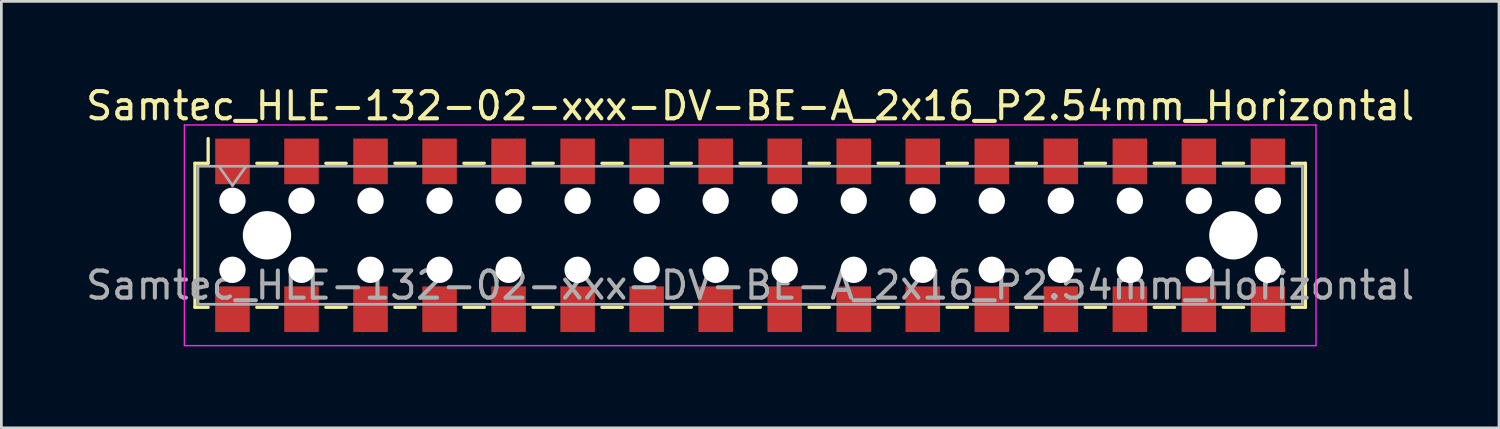
<source format=kicad_pcb>
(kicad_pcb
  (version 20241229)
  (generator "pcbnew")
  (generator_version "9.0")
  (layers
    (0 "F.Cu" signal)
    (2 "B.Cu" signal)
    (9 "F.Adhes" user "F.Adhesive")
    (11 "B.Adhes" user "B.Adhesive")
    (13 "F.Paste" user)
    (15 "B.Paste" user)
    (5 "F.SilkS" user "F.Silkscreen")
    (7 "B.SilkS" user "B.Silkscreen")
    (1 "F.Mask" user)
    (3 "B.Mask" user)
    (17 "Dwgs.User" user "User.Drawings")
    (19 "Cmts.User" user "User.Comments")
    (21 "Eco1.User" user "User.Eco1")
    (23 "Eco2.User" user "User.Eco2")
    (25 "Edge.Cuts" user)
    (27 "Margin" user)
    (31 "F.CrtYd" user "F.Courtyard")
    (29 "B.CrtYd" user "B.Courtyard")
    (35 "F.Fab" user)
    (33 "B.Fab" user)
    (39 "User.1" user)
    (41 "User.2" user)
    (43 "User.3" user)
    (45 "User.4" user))
  (footprint "Samtec_HLE-132-02-xxx-DV-BE-A_2x16_P2.54mm_Horizontal"
    (layer "F.Cu")
    (at 24.554 5.608)
    (property "Reference" "Samtec_HLE-132-02-xxx-DV-BE-A_2x16_P2.54mm_Horizontal" (at 0 -4.76 0) (layer "F.SilkS") (effects (font (size 1 1) (thickness 0.15))))
    (attr smd)
    (fp_line (start -20.43 -2.65) (end -20.43 2.65) (stroke (width 0.12) (type solid)) (layer "F.SilkS"))
    (fp_line (start -20.43 2.65) (end -19.945 2.65) (stroke (width 0.12) (type solid)) (layer "F.SilkS"))
    (fp_line (start -19.945 -3.56) (end -19.945 -2.65) (stroke (width 0.12) (type solid)) (layer "F.SilkS"))
    (fp_line (start -19.945 -2.65) (end -20.43 -2.65) (stroke (width 0.12) (type solid)) (layer "F.SilkS"))
    (fp_line (start -18.155 -2.65) (end -17.405 -2.65) (stroke (width 0.12) (type solid)) (layer "F.SilkS"))
    (fp_line (start -18.155 2.65) (end -17.405 2.65) (stroke (width 0.12) (type solid)) (layer "F.SilkS"))
    (fp_line (start -15.615 -2.65) (end -14.865 -2.65) (stroke (width 0.12) (type solid)) (layer "F.SilkS"))
    (fp_line (start -15.615 2.65) (end -14.865 2.65) (stroke (width 0.12) (type solid)) (layer "F.SilkS"))
    (fp_line (start -13.075 -2.65) (end -12.325 -2.65) (stroke (width 0.12) (type solid)) (layer "F.SilkS"))
    (fp_line (start -13.075 2.65) (end -12.325 2.65) (stroke (width 0.12) (type solid)) (layer "F.SilkS"))
    (fp_line (start -10.535 -2.65) (end -9.785 -2.65) (stroke (width 0.12) (type solid)) (layer "F.SilkS"))
    (fp_line (start -10.535 2.65) (end -9.785 2.65) (stroke (width 0.12) (type solid)) (layer "F.SilkS"))
    (fp_line (start -7.995 -2.65) (end -7.245 -2.65) (stroke (width 0.12) (type solid)) (layer "F.SilkS"))
    (fp_line (start -7.995 2.65) (end -7.245 2.65) (stroke (width 0.12) (type solid)) (layer "F.SilkS"))
    (fp_line (start -5.455 -2.65) (end -4.705 -2.65) (stroke (width 0.12) (type solid)) (layer "F.SilkS"))
    (fp_line (start -5.455 2.65) (end -4.705 2.65) (stroke (width 0.12) (type solid)) (layer "F.SilkS"))
    (fp_line (start -2.915 -2.65) (end -2.165 -2.65) (stroke (width 0.12) (type solid)) (layer "F.SilkS"))
    (fp_line (start -2.915 2.65) (end -2.165 2.65) (stroke (width 0.12) (type solid)) (layer "F.SilkS"))
    (fp_line (start -0.375 -2.65) (end 0.375 -2.65) (stroke (width 0.12) (type solid)) (layer "F.SilkS"))
    (fp_line (start -0.375 2.65) (end 0.375 2.65) (stroke (width 0.12) (type solid)) (layer "F.SilkS"))
    (fp_line (start 2.165 -2.65) (end 2.915 -2.65) (stroke (width 0.12) (type solid)) (layer "F.SilkS"))
    (fp_line (start 2.165 2.65) (end 2.915 2.65) (stroke (width 0.12) (type solid)) (layer "F.SilkS"))
    (fp_line (start 4.705 -2.65) (end 5.455 -2.65) (stroke (width 0.12) (type solid)) (layer "F.SilkS"))
    (fp_line (start 4.705 2.65) (end 5.455 2.65) (stroke (width 0.12) (type solid)) (layer "F.SilkS"))
    (fp_line (start 7.245 -2.65) (end 7.995 -2.65) (stroke (width 0.12) (type solid)) (layer "F.SilkS"))
    (fp_line (start 7.245 2.65) (end 7.995 2.65) (stroke (width 0.12) (type solid)) (layer "F.SilkS"))
    (fp_line (start 9.785 -2.65) (end 10.535 -2.65) (stroke (width 0.12) (type solid)) (layer "F.SilkS"))
    (fp_line (start 9.785 2.65) (end 10.535 2.65) (stroke (width 0.12) (type solid)) (layer "F.SilkS"))
    (fp_line (start 12.325 -2.65) (end 13.075 -2.65) (stroke (width 0.12) (type solid)) (layer "F.SilkS"))
    (fp_line (start 12.325 2.65) (end 13.075 2.65) (stroke (width 0.12) (type solid)) (layer "F.SilkS"))
    (fp_line (start 14.865 -2.65) (end 15.615 -2.65) (stroke (width 0.12) (type solid)) (layer "F.SilkS"))
    (fp_line (start 14.865 2.65) (end 15.615 2.65) (stroke (width 0.12) (type solid)) (layer "F.SilkS"))
    (fp_line (start 17.405 -2.65) (end 18.155 -2.65) (stroke (width 0.12) (type solid)) (layer "F.SilkS"))
    (fp_line (start 17.405 2.65) (end 18.155 2.65) (stroke (width 0.12) (type solid)) (layer "F.SilkS"))
    (fp_line (start 19.945 -2.65) (end 20.43 -2.65) (stroke (width 0.12) (type solid)) (layer "F.SilkS"))
    (fp_line (start 20.43 -2.65) (end 20.43 2.65) (stroke (width 0.12) (type solid)) (layer "F.SilkS"))
    (fp_line (start 20.43 2.65) (end 19.945 2.65) (stroke (width 0.12) (type solid)) (layer "F.SilkS"))
    (fp_line (start -20.82 -4.06) (end 20.82 -4.06) (stroke (width 0.05) (type solid)) (layer "F.CrtYd"))
    (fp_line (start -20.82 4.06) (end -20.82 -4.06) (stroke (width 0.05) (type solid)) (layer "F.CrtYd"))
    (fp_line (start 20.82 -4.06) (end 20.82 4.06) (stroke (width 0.05) (type solid)) (layer "F.CrtYd"))
    (fp_line (start 20.82 4.06) (end -20.82 4.06) (stroke (width 0.05) (type solid)) (layer "F.CrtYd"))
    (fp_line (start -20.32 -2.54) (end 20.32 -2.54) (stroke (width 0.1) (type solid)) (layer "F.Fab"))
    (fp_line (start -20.32 2.54) (end -20.32 -2.54) (stroke (width 0.1) (type solid)) (layer "F.Fab"))
    (fp_line (start -19.55 -2.54) (end -19.05 -1.833) (stroke (width 0.1) (type solid)) (layer "F.Fab"))
    (fp_line (start -19.05 -1.833) (end -18.55 -2.54) (stroke (width 0.1) (type solid)) (layer "F.Fab"))
    (fp_line (start 20.32 -2.54) (end 20.32 2.54) (stroke (width 0.1) (type solid)) (layer "F.Fab"))
    (fp_line (start 20.32 2.54) (end -20.32 2.54) (stroke (width 0.1) (type solid)) (layer "F.Fab"))
    (fp_text user "${REFERENCE}" (at 0 1.84 0) (layer "F.Fab") (effects (font (size 1 1) (thickness 0.15))))
    (pad "" np_thru_hole circle (at -19.05 -1.27) (size 0.97 0.97) (drill 0.97) (layers "*.Cu" "*.Mask"))
    (pad "" np_thru_hole circle (at -19.05 1.27) (size 0.97 0.97) (drill 0.97) (layers "*.Cu" "*.Mask"))
    (pad "" np_thru_hole circle (at -17.78 0) (size 1.78 1.78) (drill 1.78) (layers "*.Cu" "*.Mask"))
    (pad "" np_thru_hole circle (at -16.51 -1.27) (size 0.97 0.97) (drill 0.97) (layers "*.Cu" "*.Mask"))
    (pad "" np_thru_hole circle (at -16.51 1.27) (size 0.97 0.97) (drill 0.97) (layers "*.Cu" "*.Mask"))
    (pad "" np_thru_hole circle (at -13.97 -1.27) (size 0.97 0.97) (drill 0.97) (layers "*.Cu" "*.Mask"))
    (pad "" np_thru_hole circle (at -13.97 1.27) (size 0.97 0.97) (drill 0.97) (layers "*.Cu" "*.Mask"))
    (pad "" np_thru_hole circle (at -11.43 -1.27) (size 0.97 0.97) (drill 0.97) (layers "*.Cu" "*.Mask"))
    (pad "" np_thru_hole circle (at -11.43 1.27) (size 0.97 0.97) (drill 0.97) (layers "*.Cu" "*.Mask"))
    (pad "" np_thru_hole circle (at -8.89 -1.27) (size 0.97 0.97) (drill 0.97) (layers "*.Cu" "*.Mask"))
    (pad "" np_thru_hole circle (at -8.89 1.27) (size 0.97 0.97) (drill 0.97) (layers "*.Cu" "*.Mask"))
    (pad "" np_thru_hole circle (at -6.35 -1.27) (size 0.97 0.97) (drill 0.97) (layers "*.Cu" "*.Mask"))
    (pad "" np_thru_hole circle (at -6.35 1.27) (size 0.97 0.97) (drill 0.97) (layers "*.Cu" "*.Mask"))
    (pad "" np_thru_hole circle (at -3.81 -1.27) (size 0.97 0.97) (drill 0.97) (layers "*.Cu" "*.Mask"))
    (pad "" np_thru_hole circle (at -3.81 1.27) (size 0.97 0.97) (drill 0.97) (layers "*.Cu" "*.Mask"))
    (pad "" np_thru_hole circle (at -1.27 -1.27) (size 0.97 0.97) (drill 0.97) (layers "*.Cu" "*.Mask"))
    (pad "" np_thru_hole circle (at -1.27 1.27) (size 0.97 0.97) (drill 0.97) (layers "*.Cu" "*.Mask"))
    (pad "" np_thru_hole circle (at 1.27 -1.27) (size 0.97 0.97) (drill 0.97) (layers "*.Cu" "*.Mask"))
    (pad "" np_thru_hole circle (at 1.27 1.27) (size 0.97 0.97) (drill 0.97) (layers "*.Cu" "*.Mask"))
    (pad "" np_thru_hole circle (at 3.81 -1.27) (size 0.97 0.97) (drill 0.97) (layers "*.Cu" "*.Mask"))
    (pad "" np_thru_hole circle (at 3.81 1.27) (size 0.97 0.97) (drill 0.97) (layers "*.Cu" "*.Mask"))
    (pad "" np_thru_hole circle (at 6.35 -1.27) (size 0.97 0.97) (drill 0.97) (layers "*.Cu" "*.Mask"))
    (pad "" np_thru_hole circle (at 6.35 1.27) (size 0.97 0.97) (drill 0.97) (layers "*.Cu" "*.Mask"))
    (pad "" np_thru_hole circle (at 8.89 -1.27) (size 0.97 0.97) (drill 0.97) (layers "*.Cu" "*.Mask"))
    (pad "" np_thru_hole circle (at 8.89 1.27) (size 0.97 0.97) (drill 0.97) (layers "*.Cu" "*.Mask"))
    (pad "" np_thru_hole circle (at 11.43 -1.27) (size 0.97 0.97) (drill 0.97) (layers "*.Cu" "*.Mask"))
    (pad "" np_thru_hole circle (at 11.43 1.27) (size 0.97 0.97) (drill 0.97) (layers "*.Cu" "*.Mask"))
    (pad "" np_thru_hole circle (at 13.97 -1.27) (size 0.97 0.97) (drill 0.97) (layers "*.Cu" "*.Mask"))
    (pad "" np_thru_hole circle (at 13.97 1.27) (size 0.97 0.97) (drill 0.97) (layers "*.Cu" "*.Mask"))
    (pad "" np_thru_hole circle (at 16.51 -1.27) (size 0.97 0.97) (drill 0.97) (layers "*.Cu" "*.Mask"))
    (pad "" np_thru_hole circle (at 16.51 1.27) (size 0.97 0.97) (drill 0.97) (layers "*.Cu" "*.Mask"))
    (pad "" np_thru_hole circle (at 17.78 0) (size 1.78 1.78) (drill 1.78) (layers "*.Cu" "*.Mask"))
    (pad "" np_thru_hole circle (at 19.05 -1.27) (size 0.97 0.97) (drill 0.97) (layers "*.Cu" "*.Mask"))
    (pad "" np_thru_hole circle (at 19.05 1.27) (size 0.97 0.97) (drill 0.97) (layers "*.Cu" "*.Mask"))
    (pad "1" smd rect (at -19.05 -2.72) (size 1.27 1.68) (layers "F.Cu" "F.Mask" "F.Paste"))
    (pad "2" smd rect (at -19.05 2.72) (size 1.27 1.68) (layers "F.Cu" "F.Mask" "F.Paste"))
    (pad "3" smd rect (at -16.51 -2.72) (size 1.27 1.68) (layers "F.Cu" "F.Mask" "F.Paste"))
    (pad "4" smd rect (at -16.51 2.72) (size 1.27 1.68) (layers "F.Cu" "F.Mask" "F.Paste"))
    (pad "5" smd rect (at -13.97 -2.72) (size 1.27 1.68) (layers "F.Cu" "F.Mask" "F.Paste"))
    (pad "6" smd rect (at -13.97 2.72) (size 1.27 1.68) (layers "F.Cu" "F.Mask" "F.Paste"))
    (pad "7" smd rect (at -11.43 -2.72) (size 1.27 1.68) (layers "F.Cu" "F.Mask" "F.Paste"))
    (pad "8" smd rect (at -11.43 2.72) (size 1.27 1.68) (layers "F.Cu" "F.Mask" "F.Paste"))
    (pad "9" smd rect (at -8.89 -2.72) (size 1.27 1.68) (layers "F.Cu" "F.Mask" "F.Paste"))
    (pad "10" smd rect (at -8.89 2.72) (size 1.27 1.68) (layers "F.Cu" "F.Mask" "F.Paste"))
    (pad "11" smd rect (at -6.35 -2.72) (size 1.27 1.68) (layers "F.Cu" "F.Mask" "F.Paste"))
    (pad "12" smd rect (at -6.35 2.72) (size 1.27 1.68) (layers "F.Cu" "F.Mask" "F.Paste"))
    (pad "13" smd rect (at -3.81 -2.72) (size 1.27 1.68) (layers "F.Cu" "F.Mask" "F.Paste"))
    (pad "14" smd rect (at -3.81 2.72) (size 1.27 1.68) (layers "F.Cu" "F.Mask" "F.Paste"))
    (pad "15" smd rect (at -1.27 -2.72) (size 1.27 1.68) (layers "F.Cu" "F.Mask" "F.Paste"))
    (pad "16" smd rect (at -1.27 2.72) (size 1.27 1.68) (layers "F.Cu" "F.Mask" "F.Paste"))
    (pad "17" smd rect (at 1.27 -2.72) (size 1.27 1.68) (layers "F.Cu" "F.Mask" "F.Paste"))
    (pad "18" smd rect (at 1.27 2.72) (size 1.27 1.68) (layers "F.Cu" "F.Mask" "F.Paste"))
    (pad "19" smd rect (at 3.81 -2.72) (size 1.27 1.68) (layers "F.Cu" "F.Mask" "F.Paste"))
    (pad "20" smd rect (at 3.81 2.72) (size 1.27 1.68) (layers "F.Cu" "F.Mask" "F.Paste"))
    (pad "21" smd rect (at 6.35 -2.72) (size 1.27 1.68) (layers "F.Cu" "F.Mask" "F.Paste"))
    (pad "22" smd rect (at 6.35 2.72) (size 1.27 1.68) (layers "F.Cu" "F.Mask" "F.Paste"))
    (pad "23" smd rect (at 8.89 -2.72) (size 1.27 1.68) (layers "F.Cu" "F.Mask" "F.Paste"))
    (pad "24" smd rect (at 8.89 2.72) (size 1.27 1.68) (layers "F.Cu" "F.Mask" "F.Paste"))
    (pad "25" smd rect (at 11.43 -2.72) (size 1.27 1.68) (layers "F.Cu" "F.Mask" "F.Paste"))
    (pad "26" smd rect (at 11.43 2.72) (size 1.27 1.68) (layers "F.Cu" "F.Mask" "F.Paste"))
    (pad "27" smd rect (at 13.97 -2.72) (size 1.27 1.68) (layers "F.Cu" "F.Mask" "F.Paste"))
    (pad "28" smd rect (at 13.97 2.72) (size 1.27 1.68) (layers "F.Cu" "F.Mask" "F.Paste"))
    (pad "29" smd rect (at 16.51 -2.72) (size 1.27 1.68) (layers "F.Cu" "F.Mask" "F.Paste"))
    (pad "30" smd rect (at 16.51 2.72) (size 1.27 1.68) (layers "F.Cu" "F.Mask" "F.Paste"))
    (pad "31" smd rect (at 19.05 -2.72) (size 1.27 1.68) (layers "F.Cu" "F.Mask" "F.Paste"))
    (pad "32" smd rect (at 19.05 2.72) (size 1.27 1.68) (layers "F.Cu" "F.Mask" "F.Paste")))
  (gr_rect
    (start -3 -3)
    (end 52.107 12.693)
    (stroke (width 0.1) (type default))
    (fill no)
    (layer "Edge.Cuts")))
</source>
